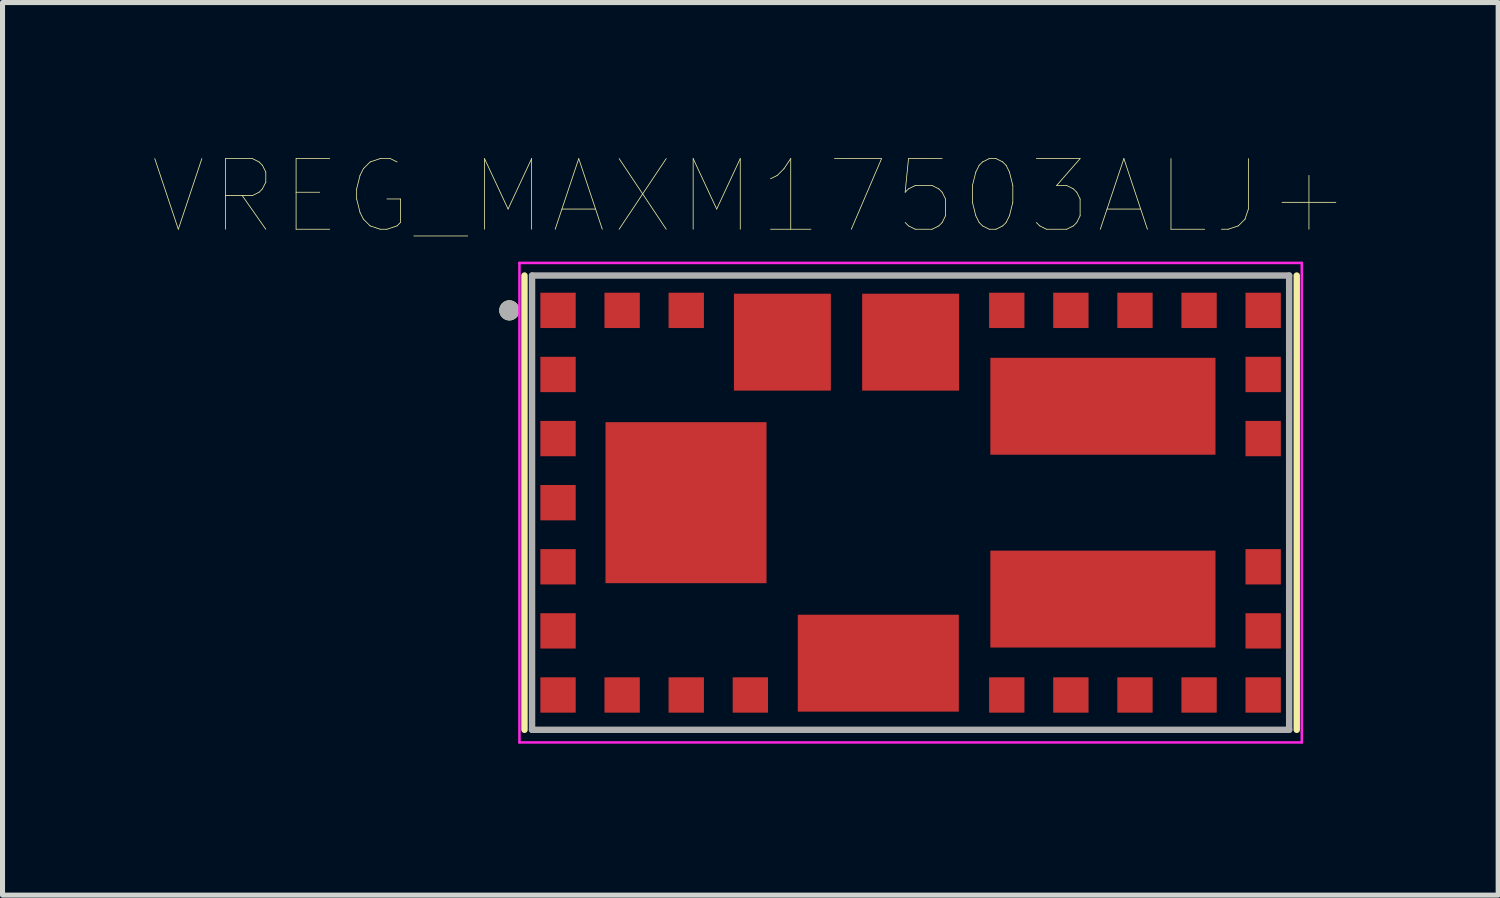
<source format=kicad_pcb>
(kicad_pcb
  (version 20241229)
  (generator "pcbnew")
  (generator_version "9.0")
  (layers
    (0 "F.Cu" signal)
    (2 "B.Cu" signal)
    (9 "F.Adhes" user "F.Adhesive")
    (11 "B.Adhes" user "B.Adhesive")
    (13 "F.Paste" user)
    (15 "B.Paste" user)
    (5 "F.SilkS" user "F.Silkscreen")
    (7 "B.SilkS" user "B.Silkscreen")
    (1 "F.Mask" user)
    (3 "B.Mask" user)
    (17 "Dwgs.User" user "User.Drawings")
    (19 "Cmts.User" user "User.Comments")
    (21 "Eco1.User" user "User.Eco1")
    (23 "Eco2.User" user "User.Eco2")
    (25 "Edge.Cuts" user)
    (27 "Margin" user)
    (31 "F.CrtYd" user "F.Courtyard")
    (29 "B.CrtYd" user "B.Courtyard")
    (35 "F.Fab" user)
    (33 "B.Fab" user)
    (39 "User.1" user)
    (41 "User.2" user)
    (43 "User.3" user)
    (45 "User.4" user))
  (footprint "VREG_MAXM17503ALJ+"
    (layer "F.Cu")
    (at 14.991 6.909)
    (property "Reference" "VREG_MAXM17503ALJ+" (at -3.175 -6.064 0) (layer "F.SilkS") (effects (font (size 1.4 1.4) (thickness 0.015))))
    (attr through_hole)
    (fp_line (start -7.65 -4.5) (end -7.65 4.5) (stroke (width 0.127) (type solid)) (layer "F.SilkS"))
    (fp_line (start 7.65 4.5) (end 7.65 -4.5) (stroke (width 0.127) (type solid)) (layer "F.SilkS"))
    (fp_circle (center -7.95 -3.81) (end -7.85 -3.81) (stroke (width 0.2) (type solid)) (fill no) (layer "F.SilkS"))
    (fp_line (start -7.75 -4.75) (end -7.75 4.75) (stroke (width 0.05) (type solid)) (layer "F.CrtYd"))
    (fp_line (start -7.75 -4.75) (end 7.75 -4.75) (stroke (width 0.05) (type solid)) (layer "F.CrtYd"))
    (fp_line (start 7.75 4.75) (end -7.75 4.75) (stroke (width 0.05) (type solid)) (layer "F.CrtYd"))
    (fp_line (start 7.75 4.75) (end 7.75 -4.75) (stroke (width 0.05) (type solid)) (layer "F.CrtYd"))
    (fp_line (start -7.5 -4.5) (end -7.5 4.5) (stroke (width 0.127) (type solid)) (layer "F.Fab"))
    (fp_line (start -7.5 -4.5) (end 7.5 -4.5) (stroke (width 0.127) (type solid)) (layer "F.Fab"))
    (fp_line (start 7.5 4.5) (end -7.5 4.5) (stroke (width 0.127) (type solid)) (layer "F.Fab"))
    (fp_line (start 7.5 4.5) (end 7.5 -4.5) (stroke (width 0.127) (type solid)) (layer "F.Fab"))
    (fp_circle (center -7.95 -3.81) (end -7.85 -3.81) (stroke (width 0.2) (type solid)) (fill no) (layer "F.Fab"))
    (pad "1" smd rect (at -6.985 -3.81) (size 0.7 0.7) (layers "F.Cu" "F.Mask" "F.Paste"))
    (pad "2" smd rect (at -6.985 -2.54) (size 0.7 0.7) (layers "F.Cu" "F.Mask" "F.Paste"))
    (pad "3" smd rect (at -6.985 -1.27) (size 0.7 0.7) (layers "F.Cu" "F.Mask" "F.Paste"))
    (pad "4" smd rect (at -6.985 0) (size 0.7 0.7) (layers "F.Cu" "F.Mask" "F.Paste"))
    (pad "5" smd rect (at -6.985 1.27) (size 0.7 0.7) (layers "F.Cu" "F.Mask" "F.Paste"))
    (pad "6" smd rect (at -6.985 2.54) (size 0.7 0.7) (layers "F.Cu" "F.Mask" "F.Paste"))
    (pad "7" smd rect (at -6.985 3.81) (size 0.7 0.7) (layers "F.Cu" "F.Mask" "F.Paste"))
    (pad "8" smd rect (at -5.715 3.81) (size 0.7 0.7) (layers "F.Cu" "F.Mask" "F.Paste"))
    (pad "9" smd rect (at -4.445 3.81) (size 0.7 0.7) (layers "F.Cu" "F.Mask" "F.Paste"))
    (pad "10" smd rect (at -3.175 3.81) (size 0.7 0.7) (layers "F.Cu" "F.Mask" "F.Paste"))
    (pad "11" smd rect (at -0.64 3.18) (size 3.19 1.92) (layers "F.Cu" "F.Mask" "F.Paste"))
    (pad "12" smd rect (at 1.905 3.81) (size 0.7 0.7) (layers "F.Cu" "F.Mask" "F.Paste"))
    (pad "13" smd rect (at 3.175 3.81) (size 0.7 0.7) (layers "F.Cu" "F.Mask" "F.Paste"))
    (pad "14" smd rect (at 4.445 3.81) (size 0.7 0.7) (layers "F.Cu" "F.Mask" "F.Paste"))
    (pad "15" smd rect (at 5.715 3.81) (size 0.7 0.7) (layers "F.Cu" "F.Mask" "F.Paste"))
    (pad "16" smd rect (at 6.985 3.81) (size 0.7 0.7) (layers "F.Cu" "F.Mask" "F.Paste"))
    (pad "17" smd rect (at 6.985 2.54) (size 0.7 0.7) (layers "F.Cu" "F.Mask" "F.Paste"))
    (pad "18" smd rect (at 6.985 1.27) (size 0.7 0.7) (layers "F.Cu" "F.Mask" "F.Paste"))
    (pad "19" smd rect (at 6.985 -1.27) (size 0.7 0.7) (layers "F.Cu" "F.Mask" "F.Paste"))
    (pad "20" smd rect (at 6.985 -2.54) (size 0.7 0.7) (layers "F.Cu" "F.Mask" "F.Paste"))
    (pad "21" smd rect (at 6.985 -3.81) (size 0.7 0.7) (layers "F.Cu" "F.Mask" "F.Paste"))
    (pad "22" smd rect (at 5.715 -3.81) (size 0.7 0.7) (layers "F.Cu" "F.Mask" "F.Paste"))
    (pad "23" smd rect (at 4.445 -3.81) (size 0.7 0.7) (layers "F.Cu" "F.Mask" "F.Paste"))
    (pad "24" smd rect (at 3.175 -3.81) (size 0.7 0.7) (layers "F.Cu" "F.Mask" "F.Paste"))
    (pad "25" smd rect (at 1.905 -3.81) (size 0.7 0.7) (layers "F.Cu" "F.Mask" "F.Paste"))
    (pad "26" smd rect (at 0 -3.18) (size 1.92 1.92) (layers "F.Cu" "F.Mask" "F.Paste"))
    (pad "27" smd rect (at -2.54 -3.18) (size 1.92 1.92) (layers "F.Cu" "F.Mask" "F.Paste"))
    (pad "28" smd rect (at -4.445 -3.81) (size 0.7 0.7) (layers "F.Cu" "F.Mask" "F.Paste"))
    (pad "29" smd rect (at -5.715 -3.81) (size 0.7 0.7) (layers "F.Cu" "F.Mask" "F.Paste"))
    (pad "30" smd rect (at -4.45 0) (size 3.19 3.19) (layers "F.Cu" "F.Mask" "F.Paste"))
    (pad "31" smd rect (at 3.81 -1.91) (size 4.46 1.92) (layers "F.Cu" "F.Mask" "F.Paste"))
    (pad "32" smd rect (at 3.81 1.91) (size 4.46 1.92) (layers "F.Cu" "F.Mask" "F.Paste")))
  (gr_rect
    (start -3 -3)
    (end 26.632 14.684)
    (stroke (width 0.1) (type default))
    (fill no)
    (layer "Edge.Cuts")))
</source>
